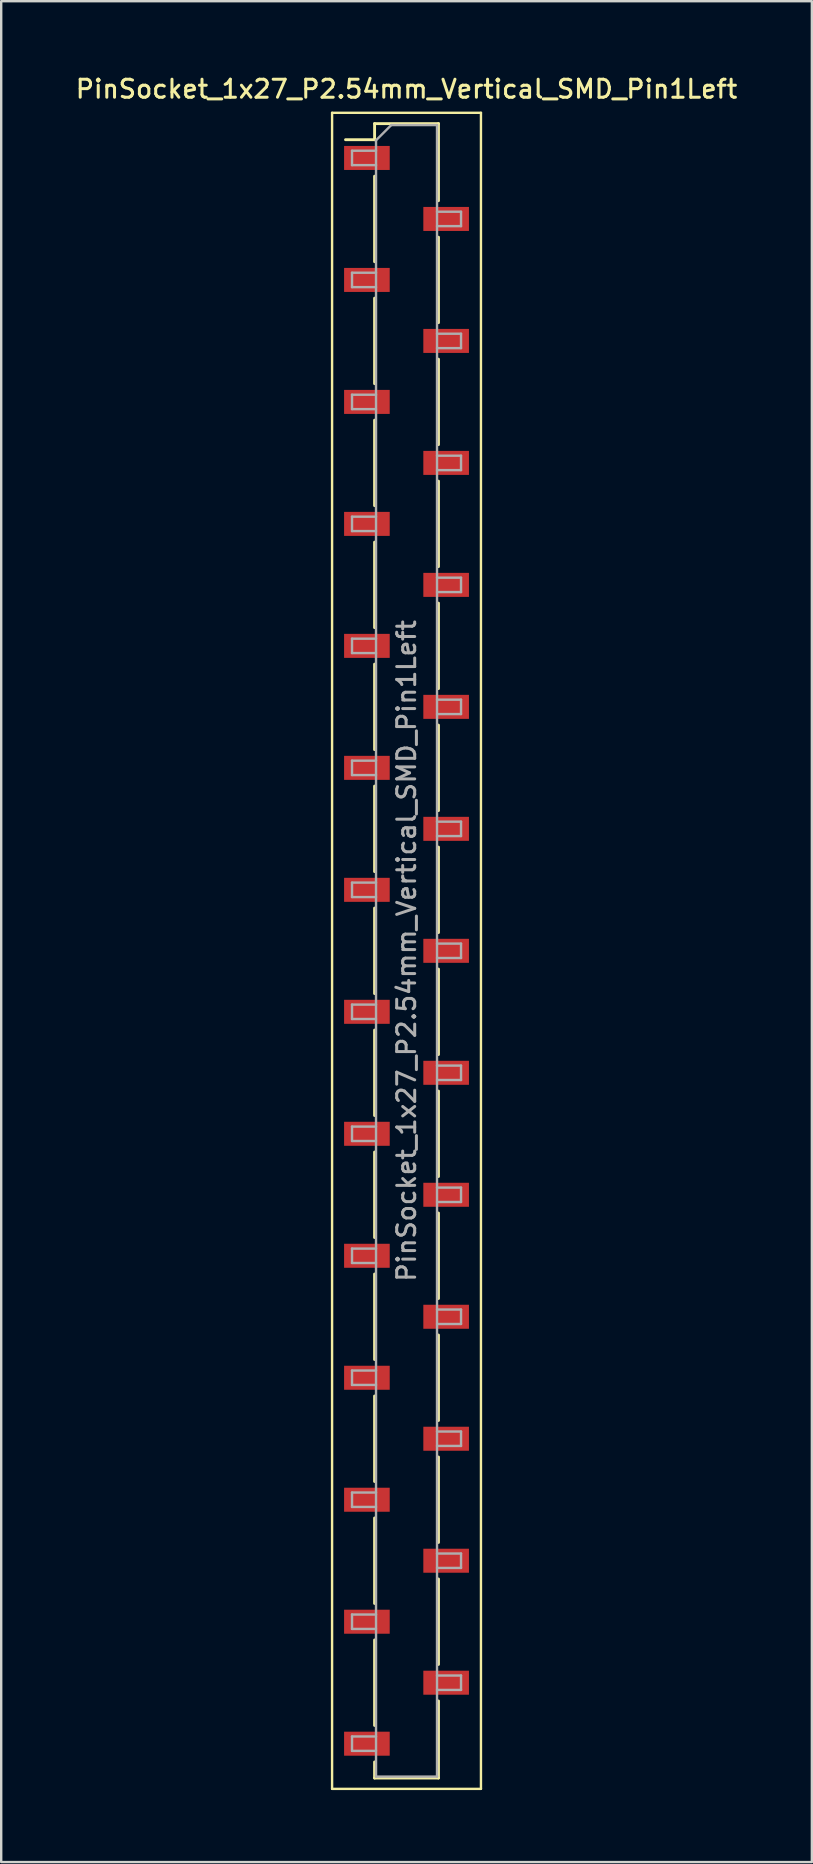
<source format=kicad_pcb>
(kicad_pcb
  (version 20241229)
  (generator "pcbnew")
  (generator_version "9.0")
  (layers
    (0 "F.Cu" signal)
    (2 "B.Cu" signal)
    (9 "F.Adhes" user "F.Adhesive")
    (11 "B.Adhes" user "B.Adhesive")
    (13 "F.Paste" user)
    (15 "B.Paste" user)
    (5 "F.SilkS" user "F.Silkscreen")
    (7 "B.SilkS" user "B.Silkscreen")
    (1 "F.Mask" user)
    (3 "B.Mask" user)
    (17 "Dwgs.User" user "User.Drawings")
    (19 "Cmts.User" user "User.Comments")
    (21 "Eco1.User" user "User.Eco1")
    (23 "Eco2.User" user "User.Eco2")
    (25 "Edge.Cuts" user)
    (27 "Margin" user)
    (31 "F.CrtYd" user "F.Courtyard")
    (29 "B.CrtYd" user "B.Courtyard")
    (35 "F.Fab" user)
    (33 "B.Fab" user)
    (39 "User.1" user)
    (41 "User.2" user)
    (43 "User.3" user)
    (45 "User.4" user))
  (footprint "PinSocket_1x27_P2.54mm_Vertical_SMD_Pin1Left"
    (layer "F.Cu")
    (at 13.88 36.548)
    (property "Reference" "PinSocket_1x27_P2.54mm_Vertical_SMD_Pin1Left" (at 0 -35.89 0) (layer "F.SilkS") (effects (font (size 0.75 0.75) (thickness 0.125))))
    (attr smd)
    (fp_line (start -3.1 -34.9) (end 3.1 -34.9) (stroke (width 0.1) (type solid)) (layer "F.SilkS"))
    (fp_line (start -3.1 34.9) (end -3.1 -34.9) (stroke (width 0.1) (type solid)) (layer "F.SilkS"))
    (fp_line (start -2.54 -33.78) (end -1.33 -33.78) (stroke (width 0.12) (type solid)) (layer "F.SilkS"))
    (fp_line (start -1.33 -34.45) (end -1.33 -33.78) (stroke (width 0.12) (type solid)) (layer "F.SilkS"))
    (fp_line (start -1.33 -34.45) (end 1.33 -34.45) (stroke (width 0.12) (type solid)) (layer "F.SilkS"))
    (fp_line (start -1.33 -32.26) (end -1.33 -28.7) (stroke (width 0.12) (type solid)) (layer "F.SilkS"))
    (fp_line (start -1.33 -27.18) (end -1.33 -23.62) (stroke (width 0.12) (type solid)) (layer "F.SilkS"))
    (fp_line (start -1.33 -22.1) (end -1.33 -18.54) (stroke (width 0.12) (type solid)) (layer "F.SilkS"))
    (fp_line (start -1.33 -17.02) (end -1.33 -13.46) (stroke (width 0.12) (type solid)) (layer "F.SilkS"))
    (fp_line (start -1.33 -11.94) (end -1.33 -8.38) (stroke (width 0.12) (type solid)) (layer "F.SilkS"))
    (fp_line (start -1.33 -6.86) (end -1.33 -3.3) (stroke (width 0.12) (type solid)) (layer "F.SilkS"))
    (fp_line (start -1.33 -1.78) (end -1.33 1.78) (stroke (width 0.12) (type solid)) (layer "F.SilkS"))
    (fp_line (start -1.33 3.3) (end -1.33 6.86) (stroke (width 0.12) (type solid)) (layer "F.SilkS"))
    (fp_line (start -1.33 8.38) (end -1.33 11.94) (stroke (width 0.12) (type solid)) (layer "F.SilkS"))
    (fp_line (start -1.33 13.46) (end -1.33 17.02) (stroke (width 0.12) (type solid)) (layer "F.SilkS"))
    (fp_line (start -1.33 18.54) (end -1.33 22.1) (stroke (width 0.12) (type solid)) (layer "F.SilkS"))
    (fp_line (start -1.33 23.62) (end -1.33 27.18) (stroke (width 0.12) (type solid)) (layer "F.SilkS"))
    (fp_line (start -1.33 28.7) (end -1.33 32.26) (stroke (width 0.12) (type solid)) (layer "F.SilkS"))
    (fp_line (start -1.33 33.78) (end -1.33 34.45) (stroke (width 0.12) (type solid)) (layer "F.SilkS"))
    (fp_line (start -1.33 34.45) (end 1.33 34.45) (stroke (width 0.12) (type solid)) (layer "F.SilkS"))
    (fp_line (start 1.33 -34.45) (end 1.33 -31.24) (stroke (width 0.12) (type solid)) (layer "F.SilkS"))
    (fp_line (start 1.33 -29.72) (end 1.33 -26.16) (stroke (width 0.12) (type solid)) (layer "F.SilkS"))
    (fp_line (start 1.33 -24.64) (end 1.33 -21.08) (stroke (width 0.12) (type solid)) (layer "F.SilkS"))
    (fp_line (start 1.33 -19.56) (end 1.33 -16) (stroke (width 0.12) (type solid)) (layer "F.SilkS"))
    (fp_line (start 1.33 -14.48) (end 1.33 -10.92) (stroke (width 0.12) (type solid)) (layer "F.SilkS"))
    (fp_line (start 1.33 -9.4) (end 1.33 -5.84) (stroke (width 0.12) (type solid)) (layer "F.SilkS"))
    (fp_line (start 1.33 -4.32) (end 1.33 -0.76) (stroke (width 0.12) (type solid)) (layer "F.SilkS"))
    (fp_line (start 1.33 0.76) (end 1.33 4.32) (stroke (width 0.12) (type solid)) (layer "F.SilkS"))
    (fp_line (start 1.33 5.84) (end 1.33 9.4) (stroke (width 0.12) (type solid)) (layer "F.SilkS"))
    (fp_line (start 1.33 10.92) (end 1.33 14.48) (stroke (width 0.12) (type solid)) (layer "F.SilkS"))
    (fp_line (start 1.33 16) (end 1.33 19.56) (stroke (width 0.12) (type solid)) (layer "F.SilkS"))
    (fp_line (start 1.33 21.08) (end 1.33 24.64) (stroke (width 0.12) (type solid)) (layer "F.SilkS"))
    (fp_line (start 1.33 26.16) (end 1.33 29.72) (stroke (width 0.12) (type solid)) (layer "F.SilkS"))
    (fp_line (start 1.33 31.24) (end 1.33 34.45) (stroke (width 0.12) (type solid)) (layer "F.SilkS"))
    (fp_line (start 3.1 -34.9) (end 3.1 34.9) (stroke (width 0.1) (type solid)) (layer "F.SilkS"))
    (fp_line (start 3.1 34.9) (end -3.1 34.9) (stroke (width 0.1) (type solid)) (layer "F.SilkS"))
    (fp_line (start -2.27 -33.32) (end -1.27 -33.32) (stroke (width 0.1) (type solid)) (layer "F.Fab"))
    (fp_line (start -2.27 -32.72) (end -2.27 -33.32) (stroke (width 0.1) (type solid)) (layer "F.Fab"))
    (fp_line (start -2.27 -28.24) (end -1.27 -28.24) (stroke (width 0.1) (type solid)) (layer "F.Fab"))
    (fp_line (start -2.27 -27.64) (end -2.27 -28.24) (stroke (width 0.1) (type solid)) (layer "F.Fab"))
    (fp_line (start -2.27 -23.16) (end -1.27 -23.16) (stroke (width 0.1) (type solid)) (layer "F.Fab"))
    (fp_line (start -2.27 -22.56) (end -2.27 -23.16) (stroke (width 0.1) (type solid)) (layer "F.Fab"))
    (fp_line (start -2.27 -18.08) (end -1.27 -18.08) (stroke (width 0.1) (type solid)) (layer "F.Fab"))
    (fp_line (start -2.27 -17.48) (end -2.27 -18.08) (stroke (width 0.1) (type solid)) (layer "F.Fab"))
    (fp_line (start -2.27 -13) (end -1.27 -13) (stroke (width 0.1) (type solid)) (layer "F.Fab"))
    (fp_line (start -2.27 -12.4) (end -2.27 -13) (stroke (width 0.1) (type solid)) (layer "F.Fab"))
    (fp_line (start -2.27 -7.92) (end -1.27 -7.92) (stroke (width 0.1) (type solid)) (layer "F.Fab"))
    (fp_line (start -2.27 -7.32) (end -2.27 -7.92) (stroke (width 0.1) (type solid)) (layer "F.Fab"))
    (fp_line (start -2.27 -2.84) (end -1.27 -2.84) (stroke (width 0.1) (type solid)) (layer "F.Fab"))
    (fp_line (start -2.27 -2.24) (end -2.27 -2.84) (stroke (width 0.1) (type solid)) (layer "F.Fab"))
    (fp_line (start -2.27 2.24) (end -1.27 2.24) (stroke (width 0.1) (type solid)) (layer "F.Fab"))
    (fp_line (start -2.27 2.84) (end -2.27 2.24) (stroke (width 0.1) (type solid)) (layer "F.Fab"))
    (fp_line (start -2.27 7.32) (end -1.27 7.32) (stroke (width 0.1) (type solid)) (layer "F.Fab"))
    (fp_line (start -2.27 7.92) (end -2.27 7.32) (stroke (width 0.1) (type solid)) (layer "F.Fab"))
    (fp_line (start -2.27 12.4) (end -1.27 12.4) (stroke (width 0.1) (type solid)) (layer "F.Fab"))
    (fp_line (start -2.27 13) (end -2.27 12.4) (stroke (width 0.1) (type solid)) (layer "F.Fab"))
    (fp_line (start -2.27 17.48) (end -1.27 17.48) (stroke (width 0.1) (type solid)) (layer "F.Fab"))
    (fp_line (start -2.27 18.08) (end -2.27 17.48) (stroke (width 0.1) (type solid)) (layer "F.Fab"))
    (fp_line (start -2.27 22.56) (end -1.27 22.56) (stroke (width 0.1) (type solid)) (layer "F.Fab"))
    (fp_line (start -2.27 23.16) (end -2.27 22.56) (stroke (width 0.1) (type solid)) (layer "F.Fab"))
    (fp_line (start -2.27 27.64) (end -1.27 27.64) (stroke (width 0.1) (type solid)) (layer "F.Fab"))
    (fp_line (start -2.27 28.24) (end -2.27 27.64) (stroke (width 0.1) (type solid)) (layer "F.Fab"))
    (fp_line (start -2.27 32.72) (end -1.27 32.72) (stroke (width 0.1) (type solid)) (layer "F.Fab"))
    (fp_line (start -2.27 33.32) (end -2.27 32.72) (stroke (width 0.1) (type solid)) (layer "F.Fab"))
    (fp_line (start -1.27 -33.755) (end -0.635 -34.39) (stroke (width 0.1) (type solid)) (layer "F.Fab"))
    (fp_line (start -1.27 -32.72) (end -2.27 -32.72) (stroke (width 0.1) (type solid)) (layer "F.Fab"))
    (fp_line (start -1.27 -27.64) (end -2.27 -27.64) (stroke (width 0.1) (type solid)) (layer "F.Fab"))
    (fp_line (start -1.27 -22.56) (end -2.27 -22.56) (stroke (width 0.1) (type solid)) (layer "F.Fab"))
    (fp_line (start -1.27 -17.48) (end -2.27 -17.48) (stroke (width 0.1) (type solid)) (layer "F.Fab"))
    (fp_line (start -1.27 -12.4) (end -2.27 -12.4) (stroke (width 0.1) (type solid)) (layer "F.Fab"))
    (fp_line (start -1.27 -7.32) (end -2.27 -7.32) (stroke (width 0.1) (type solid)) (layer "F.Fab"))
    (fp_line (start -1.27 -2.24) (end -2.27 -2.24) (stroke (width 0.1) (type solid)) (layer "F.Fab"))
    (fp_line (start -1.27 2.84) (end -2.27 2.84) (stroke (width 0.1) (type solid)) (layer "F.Fab"))
    (fp_line (start -1.27 7.92) (end -2.27 7.92) (stroke (width 0.1) (type solid)) (layer "F.Fab"))
    (fp_line (start -1.27 13) (end -2.27 13) (stroke (width 0.1) (type solid)) (layer "F.Fab"))
    (fp_line (start -1.27 18.08) (end -2.27 18.08) (stroke (width 0.1) (type solid)) (layer "F.Fab"))
    (fp_line (start -1.27 23.16) (end -2.27 23.16) (stroke (width 0.1) (type solid)) (layer "F.Fab"))
    (fp_line (start -1.27 28.24) (end -2.27 28.24) (stroke (width 0.1) (type solid)) (layer "F.Fab"))
    (fp_line (start -1.27 33.32) (end -2.27 33.32) (stroke (width 0.1) (type solid)) (layer "F.Fab"))
    (fp_line (start -1.27 34.39) (end -1.27 -33.755) (stroke (width 0.1) (type solid)) (layer "F.Fab"))
    (fp_line (start -0.635 -34.39) (end 1.27 -34.39) (stroke (width 0.1) (type solid)) (layer "F.Fab"))
    (fp_line (start 1.27 -34.39) (end 1.27 34.39) (stroke (width 0.1) (type solid)) (layer "F.Fab"))
    (fp_line (start 1.27 -30.78) (end 2.27 -30.78) (stroke (width 0.1) (type solid)) (layer "F.Fab"))
    (fp_line (start 1.27 -25.7) (end 2.27 -25.7) (stroke (width 0.1) (type solid)) (layer "F.Fab"))
    (fp_line (start 1.27 -20.62) (end 2.27 -20.62) (stroke (width 0.1) (type solid)) (layer "F.Fab"))
    (fp_line (start 1.27 -15.54) (end 2.27 -15.54) (stroke (width 0.1) (type solid)) (layer "F.Fab"))
    (fp_line (start 1.27 -10.46) (end 2.27 -10.46) (stroke (width 0.1) (type solid)) (layer "F.Fab"))
    (fp_line (start 1.27 -5.38) (end 2.27 -5.38) (stroke (width 0.1) (type solid)) (layer "F.Fab"))
    (fp_line (start 1.27 -0.3) (end 2.27 -0.3) (stroke (width 0.1) (type solid)) (layer "F.Fab"))
    (fp_line (start 1.27 4.78) (end 2.27 4.78) (stroke (width 0.1) (type solid)) (layer "F.Fab"))
    (fp_line (start 1.27 9.86) (end 2.27 9.86) (stroke (width 0.1) (type solid)) (layer "F.Fab"))
    (fp_line (start 1.27 14.94) (end 2.27 14.94) (stroke (width 0.1) (type solid)) (layer "F.Fab"))
    (fp_line (start 1.27 20.02) (end 2.27 20.02) (stroke (width 0.1) (type solid)) (layer "F.Fab"))
    (fp_line (start 1.27 25.1) (end 2.27 25.1) (stroke (width 0.1) (type solid)) (layer "F.Fab"))
    (fp_line (start 1.27 30.18) (end 2.27 30.18) (stroke (width 0.1) (type solid)) (layer "F.Fab"))
    (fp_line (start 1.27 34.39) (end -1.27 34.39) (stroke (width 0.1) (type solid)) (layer "F.Fab"))
    (fp_line (start 2.27 -30.78) (end 2.27 -30.18) (stroke (width 0.1) (type solid)) (layer "F.Fab"))
    (fp_line (start 2.27 -30.18) (end 1.27 -30.18) (stroke (width 0.1) (type solid)) (layer "F.Fab"))
    (fp_line (start 2.27 -25.7) (end 2.27 -25.1) (stroke (width 0.1) (type solid)) (layer "F.Fab"))
    (fp_line (start 2.27 -25.1) (end 1.27 -25.1) (stroke (width 0.1) (type solid)) (layer "F.Fab"))
    (fp_line (start 2.27 -20.62) (end 2.27 -20.02) (stroke (width 0.1) (type solid)) (layer "F.Fab"))
    (fp_line (start 2.27 -20.02) (end 1.27 -20.02) (stroke (width 0.1) (type solid)) (layer "F.Fab"))
    (fp_line (start 2.27 -15.54) (end 2.27 -14.94) (stroke (width 0.1) (type solid)) (layer "F.Fab"))
    (fp_line (start 2.27 -14.94) (end 1.27 -14.94) (stroke (width 0.1) (type solid)) (layer "F.Fab"))
    (fp_line (start 2.27 -10.46) (end 2.27 -9.86) (stroke (width 0.1) (type solid)) (layer "F.Fab"))
    (fp_line (start 2.27 -9.86) (end 1.27 -9.86) (stroke (width 0.1) (type solid)) (layer "F.Fab"))
    (fp_line (start 2.27 -5.38) (end 2.27 -4.78) (stroke (width 0.1) (type solid)) (layer "F.Fab"))
    (fp_line (start 2.27 -4.78) (end 1.27 -4.78) (stroke (width 0.1) (type solid)) (layer "F.Fab"))
    (fp_line (start 2.27 -0.3) (end 2.27 0.3) (stroke (width 0.1) (type solid)) (layer "F.Fab"))
    (fp_line (start 2.27 0.3) (end 1.27 0.3) (stroke (width 0.1) (type solid)) (layer "F.Fab"))
    (fp_line (start 2.27 4.78) (end 2.27 5.38) (stroke (width 0.1) (type solid)) (layer "F.Fab"))
    (fp_line (start 2.27 5.38) (end 1.27 5.38) (stroke (width 0.1) (type solid)) (layer "F.Fab"))
    (fp_line (start 2.27 9.86) (end 2.27 10.46) (stroke (width 0.1) (type solid)) (layer "F.Fab"))
    (fp_line (start 2.27 10.46) (end 1.27 10.46) (stroke (width 0.1) (type solid)) (layer "F.Fab"))
    (fp_line (start 2.27 14.94) (end 2.27 15.54) (stroke (width 0.1) (type solid)) (layer "F.Fab"))
    (fp_line (start 2.27 15.54) (end 1.27 15.54) (stroke (width 0.1) (type solid)) (layer "F.Fab"))
    (fp_line (start 2.27 20.02) (end 2.27 20.62) (stroke (width 0.1) (type solid)) (layer "F.Fab"))
    (fp_line (start 2.27 20.62) (end 1.27 20.62) (stroke (width 0.1) (type solid)) (layer "F.Fab"))
    (fp_line (start 2.27 25.1) (end 2.27 25.7) (stroke (width 0.1) (type solid)) (layer "F.Fab"))
    (fp_line (start 2.27 25.7) (end 1.27 25.7) (stroke (width 0.1) (type solid)) (layer "F.Fab"))
    (fp_line (start 2.27 30.18) (end 2.27 30.78) (stroke (width 0.1) (type solid)) (layer "F.Fab"))
    (fp_line (start 2.27 30.78) (end 1.27 30.78) (stroke (width 0.1) (type solid)) (layer "F.Fab"))
    (fp_text user "${REFERENCE}" (at 0 0 90) (layer "F.Fab") (effects (font (size 0.75 0.75) (thickness 0.125))))
    (pad "1" smd rect (at -1.65 -33.02) (size 1.9 1) (layers "F.Cu" "F.Mask" "F.Paste"))
    (pad "2" smd rect (at 1.65 -30.48) (size 1.9 1) (layers "F.Cu" "F.Mask" "F.Paste"))
    (pad "3" smd rect (at -1.65 -27.94) (size 1.9 1) (layers "F.Cu" "F.Mask" "F.Paste"))
    (pad "4" smd rect (at 1.65 -25.4) (size 1.9 1) (layers "F.Cu" "F.Mask" "F.Paste"))
    (pad "5" smd rect (at -1.65 -22.86) (size 1.9 1) (layers "F.Cu" "F.Mask" "F.Paste"))
    (pad "6" smd rect (at 1.65 -20.32) (size 1.9 1) (layers "F.Cu" "F.Mask" "F.Paste"))
    (pad "7" smd rect (at -1.65 -17.78) (size 1.9 1) (layers "F.Cu" "F.Mask" "F.Paste"))
    (pad "8" smd rect (at 1.65 -15.24) (size 1.9 1) (layers "F.Cu" "F.Mask" "F.Paste"))
    (pad "9" smd rect (at -1.65 -12.7) (size 1.9 1) (layers "F.Cu" "F.Mask" "F.Paste"))
    (pad "10" smd rect (at 1.65 -10.16) (size 1.9 1) (layers "F.Cu" "F.Mask" "F.Paste"))
    (pad "11" smd rect (at -1.65 -7.62) (size 1.9 1) (layers "F.Cu" "F.Mask" "F.Paste"))
    (pad "12" smd rect (at 1.65 -5.08) (size 1.9 1) (layers "F.Cu" "F.Mask" "F.Paste"))
    (pad "13" smd rect (at -1.65 -2.54) (size 1.9 1) (layers "F.Cu" "F.Mask" "F.Paste"))
    (pad "14" smd rect (at 1.65 0) (size 1.9 1) (layers "F.Cu" "F.Mask" "F.Paste"))
    (pad "15" smd rect (at -1.65 2.54) (size 1.9 1) (layers "F.Cu" "F.Mask" "F.Paste"))
    (pad "16" smd rect (at 1.65 5.08) (size 1.9 1) (layers "F.Cu" "F.Mask" "F.Paste"))
    (pad "17" smd rect (at -1.65 7.62) (size 1.9 1) (layers "F.Cu" "F.Mask" "F.Paste"))
    (pad "18" smd rect (at 1.65 10.16) (size 1.9 1) (layers "F.Cu" "F.Mask" "F.Paste"))
    (pad "19" smd rect (at -1.65 12.7) (size 1.9 1) (layers "F.Cu" "F.Mask" "F.Paste"))
    (pad "20" smd rect (at 1.65 15.24) (size 1.9 1) (layers "F.Cu" "F.Mask" "F.Paste"))
    (pad "21" smd rect (at -1.65 17.78) (size 1.9 1) (layers "F.Cu" "F.Mask" "F.Paste"))
    (pad "22" smd rect (at 1.65 20.32) (size 1.9 1) (layers "F.Cu" "F.Mask" "F.Paste"))
    (pad "23" smd rect (at -1.65 22.86) (size 1.9 1) (layers "F.Cu" "F.Mask" "F.Paste"))
    (pad "24" smd rect (at 1.65 25.4) (size 1.9 1) (layers "F.Cu" "F.Mask" "F.Paste"))
    (pad "25" smd rect (at -1.65 27.94) (size 1.9 1) (layers "F.Cu" "F.Mask" "F.Paste"))
    (pad "26" smd rect (at 1.65 30.48) (size 1.9 1) (layers "F.Cu" "F.Mask" "F.Paste"))
    (pad "27" smd rect (at -1.65 33.02) (size 1.9 1) (layers "F.Cu" "F.Mask" "F.Paste")))
  (gr_rect
    (start -3 -3)
    (end 30.761 74.498)
    (stroke (width 0.1) (type default))
    (fill no)
    (layer "Edge.Cuts")))
</source>
